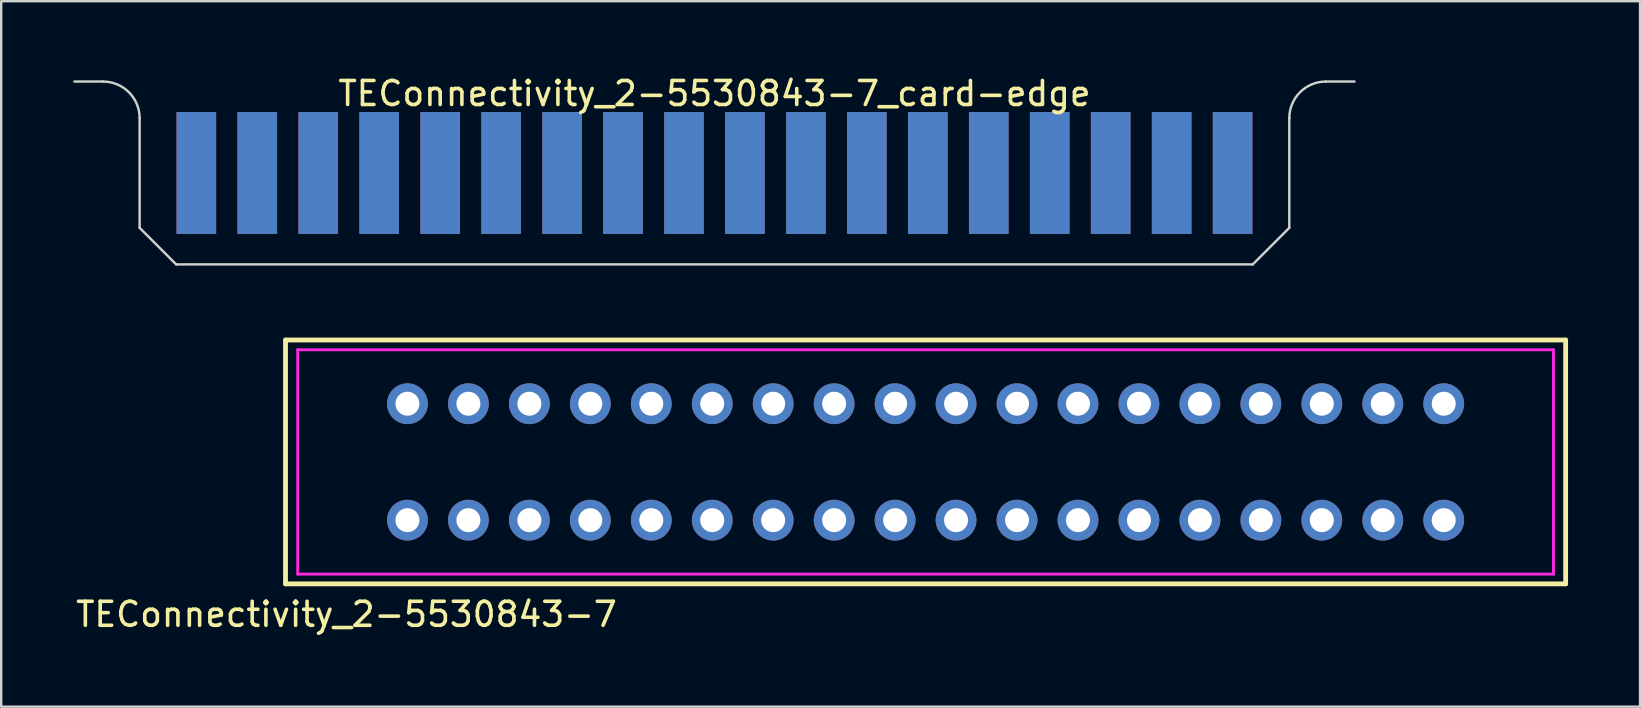
<source format=kicad_pcb>
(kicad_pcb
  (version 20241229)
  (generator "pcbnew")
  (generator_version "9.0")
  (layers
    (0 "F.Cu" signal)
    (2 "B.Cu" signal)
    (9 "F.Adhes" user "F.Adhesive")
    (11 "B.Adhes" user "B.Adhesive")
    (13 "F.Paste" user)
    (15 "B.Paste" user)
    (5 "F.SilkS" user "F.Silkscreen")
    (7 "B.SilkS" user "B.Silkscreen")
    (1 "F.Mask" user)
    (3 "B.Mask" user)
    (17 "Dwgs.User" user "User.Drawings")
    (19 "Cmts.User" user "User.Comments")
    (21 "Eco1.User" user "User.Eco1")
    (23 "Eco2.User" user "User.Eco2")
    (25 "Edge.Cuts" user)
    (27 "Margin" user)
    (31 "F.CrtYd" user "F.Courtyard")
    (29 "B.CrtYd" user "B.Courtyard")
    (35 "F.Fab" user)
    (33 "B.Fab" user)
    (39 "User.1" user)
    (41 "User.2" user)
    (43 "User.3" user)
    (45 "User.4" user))
  (footprint "TEConnectivity_2-5530843-7_card-edge"
    (layer "F.Cu")
    (at 26.72 0.348)
    (property "Reference" "TEConnectivity_2-5530843-7_card-edge" (at 0 0.5 0) (layer "F.SilkS") (effects (font (size 1 1) (thickness 0.15))))
    (attr smd)
    (fp_poly (pts (xy 23.952 1.27) (xy 23.952 6.096) (xy 22.428 7.595) (xy -22.428 7.62) (xy -23.952 6.096) (xy -23.952 1.27)) (stroke (width 0) (type solid)) (fill yes) (layer "F.Mask"))
    (fp_poly (pts (xy 23.952 1.27) (xy 23.952 6.096) (xy 22.428 7.62) (xy -22.428 7.62) (xy -23.952 6.096) (xy -23.952 1.27)) (stroke (width 0) (type solid)) (fill yes) (layer "B.Mask"))
    (fp_line (start -26.67 0) (end -25.476 0) (stroke (width 0.1) (type solid)) (layer "Edge.Cuts"))
    (fp_line (start -23.952 1.524) (end -23.952 6.096) (stroke (width 0.1) (type solid)) (layer "Edge.Cuts"))
    (fp_line (start -23.952 6.096) (end -22.428 7.62) (stroke (width 0.1) (type solid)) (layer "Edge.Cuts"))
    (fp_line (start -22.428 7.62) (end 22.428 7.62) (stroke (width 0.1) (type solid)) (layer "Edge.Cuts"))
    (fp_line (start 22.428 7.62) (end 23.952 6.096) (stroke (width 0.1) (type solid)) (layer "Edge.Cuts"))
    (fp_line (start 23.952 1.524) (end 23.952 6.096) (stroke (width 0.1) (type solid)) (layer "Edge.Cuts"))
    (fp_line (start 25.476 0) (end 26.67 0) (stroke (width 0.1) (type solid)) (layer "Edge.Cuts"))
    (fp_arc (start -25.4762 0) (mid -24.398569 0.446369) (end -23.9522 1.524) (stroke (width 0.1) (type solid)) (layer "Edge.Cuts"))
    (fp_arc (start 23.9522 1.524) (mid 24.398569 0.446369) (end 25.4762 0) (stroke (width 0.1) (type solid)) (layer "Edge.Cuts"))
    (pad "1" connect rect (at -21.59 3.81) (size 1.651 5.08) (layers "F.Cu" "F.Mask"))
    (pad "2" connect rect (at -21.59 3.81) (size 1.651 5.08) (layers "B.Cu" "B.Mask"))
    (pad "3" connect rect (at -19.05 3.81) (size 1.651 5.08) (layers "F.Cu" "F.Mask"))
    (pad "4" connect rect (at -19.05 3.81) (size 1.651 5.08) (layers "B.Cu" "B.Mask"))
    (pad "5" connect rect (at -16.51 3.81) (size 1.651 5.08) (layers "F.Cu" "F.Mask"))
    (pad "6" connect rect (at -16.51 3.81) (size 1.651 5.08) (layers "B.Cu" "B.Mask"))
    (pad "7" connect rect (at -13.97 3.81) (size 1.651 5.08) (layers "F.Cu" "F.Mask"))
    (pad "8" connect rect (at -13.97 3.81) (size 1.651 5.08) (layers "B.Cu" "B.Mask"))
    (pad "9" connect rect (at -11.43 3.81) (size 1.651 5.08) (layers "F.Cu" "F.Mask"))
    (pad "10" connect rect (at -11.43 3.81) (size 1.651 5.08) (layers "B.Cu" "B.Mask"))
    (pad "11" connect rect (at -8.89 3.81) (size 1.651 5.08) (layers "F.Cu" "F.Mask"))
    (pad "12" connect rect (at -8.89 3.81) (size 1.651 5.08) (layers "B.Cu" "B.Mask"))
    (pad "13" connect rect (at -6.35 3.81) (size 1.651 5.08) (layers "F.Cu" "F.Mask"))
    (pad "14" connect rect (at -6.35 3.81) (size 1.651 5.08) (layers "B.Cu" "B.Mask"))
    (pad "15" connect rect (at -3.81 3.81) (size 1.651 5.08) (layers "F.Cu" "F.Mask"))
    (pad "16" connect rect (at -3.81 3.81) (size 1.651 5.08) (layers "B.Cu" "B.Mask"))
    (pad "17" connect rect (at -1.27 3.81) (size 1.651 5.08) (layers "F.Cu" "F.Mask"))
    (pad "18" connect rect (at -1.27 3.81) (size 1.651 5.08) (layers "B.Cu" "B.Mask"))
    (pad "19" connect rect (at 1.27 3.81) (size 1.651 5.08) (layers "F.Cu" "F.Mask"))
    (pad "20" connect rect (at 1.27 3.81) (size 1.651 5.08) (layers "B.Cu" "B.Mask"))
    (pad "21" connect rect (at 3.81 3.81) (size 1.651 5.08) (layers "F.Cu" "F.Mask"))
    (pad "22" connect rect (at 3.81 3.81) (size 1.651 5.08) (layers "B.Cu" "B.Mask"))
    (pad "23" connect rect (at 6.35 3.81) (size 1.651 5.08) (layers "F.Cu" "F.Mask"))
    (pad "24" connect rect (at 6.35 3.81) (size 1.651 5.08) (layers "B.Cu" "B.Mask"))
    (pad "25" connect rect (at 8.89 3.81) (size 1.651 5.08) (layers "F.Cu" "F.Mask"))
    (pad "26" connect rect (at 8.89 3.81) (size 1.651 5.08) (layers "B.Cu" "B.Mask"))
    (pad "27" connect rect (at 11.43 3.81) (size 1.651 5.08) (layers "F.Cu" "F.Mask"))
    (pad "28" connect rect (at 11.43 3.81) (size 1.651 5.08) (layers "B.Cu" "B.Mask"))
    (pad "29" connect rect (at 13.97 3.81) (size 1.651 5.08) (layers "F.Cu" "F.Mask"))
    (pad "30" connect rect (at 13.97 3.81) (size 1.651 5.08) (layers "B.Cu" "B.Mask"))
    (pad "31" connect rect (at 16.51 3.81) (size 1.651 5.08) (layers "F.Cu" "F.Mask"))
    (pad "32" connect rect (at 16.51 3.81) (size 1.651 5.08) (layers "B.Cu" "B.Mask"))
    (pad "33" connect rect (at 19.05 3.81) (size 1.651 5.08) (layers "F.Cu" "F.Mask"))
    (pad "34" connect rect (at 19.05 3.81) (size 1.651 5.08) (layers "B.Cu" "B.Mask"))
    (pad "35" connect rect (at 21.59 3.81) (size 1.651 5.08) (layers "F.Cu" "F.Mask"))
    (pad "36" connect rect (at 21.59 3.81) (size 1.651 5.08) (layers "B.Cu" "B.Mask")))
  (footprint "TEConnectivity_2-5530843-7"
    (layer "F.Cu")
    (at 35.517 16.198)
    (property "Reference" "TEConnectivity_2-5530843-7" (at -24.13 6.35 0) (layer "F.SilkS") (effects (font (size 1 1) (thickness 0.15))))
    (attr through_hole)
    (fp_line (start -26.67 -5.08) (end 26.67 -5.08) (stroke (width 0.2) (type solid)) (layer "F.SilkS"))
    (fp_line (start -26.67 5.08) (end -26.67 -5.08) (stroke (width 0.2) (type solid)) (layer "F.SilkS"))
    (fp_line (start 26.67 -5.08) (end 26.67 5.08) (stroke (width 0.2) (type solid)) (layer "F.SilkS"))
    (fp_line (start 26.67 5.08) (end -26.67 5.08) (stroke (width 0.2) (type solid)) (layer "F.SilkS"))
    (fp_line (start -26.162 -4.674) (end 26.162 -4.674) (stroke (width 0.12) (type solid)) (layer "F.CrtYd"))
    (fp_line (start -26.162 4.674) (end -26.162 -4.674) (stroke (width 0.12) (type solid)) (layer "F.CrtYd"))
    (fp_line (start 26.162 -4.674) (end 26.162 4.674) (stroke (width 0.12) (type solid)) (layer "F.CrtYd"))
    (fp_line (start 26.162 4.674) (end -26.162 4.674) (stroke (width 0.12) (type solid)) (layer "F.CrtYd"))
    (pad "1" thru_hole circle (at -21.59 2.426) (size 1.7 1.7) (drill 1) (layers "*.Cu" "*.Mask"))
    (pad "2" thru_hole circle (at -21.59 -2.426) (size 1.7 1.7) (drill 1) (layers "*.Cu" "*.Mask"))
    (pad "3" thru_hole circle (at -19.05 2.426) (size 1.7 1.7) (drill 1) (layers "*.Cu" "*.Mask"))
    (pad "4" thru_hole circle (at -19.05 -2.426) (size 1.7 1.7) (drill 1) (layers "*.Cu" "*.Mask"))
    (pad "5" thru_hole circle (at -16.51 2.426) (size 1.7 1.7) (drill 1) (layers "*.Cu" "*.Mask"))
    (pad "6" thru_hole circle (at -16.51 -2.426) (size 1.7 1.7) (drill 1) (layers "*.Cu" "*.Mask"))
    (pad "7" thru_hole circle (at -13.97 2.426) (size 1.7 1.7) (drill 1) (layers "*.Cu" "*.Mask"))
    (pad "8" thru_hole circle (at -13.97 -2.426) (size 1.7 1.7) (drill 1) (layers "*.Cu" "*.Mask"))
    (pad "9" thru_hole circle (at -11.43 2.426) (size 1.7 1.7) (drill 1) (layers "*.Cu" "*.Mask"))
    (pad "10" thru_hole circle (at -11.43 -2.426) (size 1.7 1.7) (drill 1) (layers "*.Cu" "*.Mask"))
    (pad "11" thru_hole circle (at -8.89 2.426) (size 1.7 1.7) (drill 1) (layers "*.Cu" "*.Mask"))
    (pad "12" thru_hole circle (at -8.89 -2.426) (size 1.7 1.7) (drill 1) (layers "*.Cu" "*.Mask"))
    (pad "13" thru_hole circle (at -6.35 2.426) (size 1.7 1.7) (drill 1) (layers "*.Cu" "*.Mask"))
    (pad "14" thru_hole circle (at -6.35 -2.426) (size 1.7 1.7) (drill 1) (layers "*.Cu" "*.Mask"))
    (pad "15" thru_hole circle (at -3.81 2.426) (size 1.7 1.7) (drill 1) (layers "*.Cu" "*.Mask"))
    (pad "16" thru_hole circle (at -3.81 -2.426) (size 1.7 1.7) (drill 1) (layers "*.Cu" "*.Mask"))
    (pad "17" thru_hole circle (at -1.27 2.426) (size 1.7 1.7) (drill 1) (layers "*.Cu" "*.Mask"))
    (pad "18" thru_hole circle (at -1.27 -2.426) (size 1.7 1.7) (drill 1) (layers "*.Cu" "*.Mask"))
    (pad "19" thru_hole circle (at 1.27 2.426) (size 1.7 1.7) (drill 1) (layers "*.Cu" "*.Mask"))
    (pad "20" thru_hole circle (at 1.27 -2.426) (size 1.7 1.7) (drill 1) (layers "*.Cu" "*.Mask"))
    (pad "21" thru_hole circle (at 3.81 2.426) (size 1.7 1.7) (drill 1) (layers "*.Cu" "*.Mask"))
    (pad "22" thru_hole circle (at 3.81 -2.426) (size 1.7 1.7) (drill 1) (layers "*.Cu" "*.Mask"))
    (pad "23" thru_hole circle (at 6.35 2.426) (size 1.7 1.7) (drill 1) (layers "*.Cu" "*.Mask"))
    (pad "24" thru_hole circle (at 6.35 -2.426) (size 1.7 1.7) (drill 1) (layers "*.Cu" "*.Mask"))
    (pad "25" thru_hole circle (at 8.89 2.426 90) (size 1.7 1.7) (drill 1) (layers "*.Cu" "*.Mask"))
    (pad "26" thru_hole circle (at 8.89 -2.426) (size 1.7 1.7) (drill 1) (layers "*.Cu" "*.Mask"))
    (pad "27" thru_hole circle (at 11.43 2.426) (size 1.7 1.7) (drill 1) (layers "*.Cu" "*.Mask"))
    (pad "28" thru_hole circle (at 11.43 -2.426) (size 1.7 1.7) (drill 1) (layers "*.Cu" "*.Mask"))
    (pad "29" thru_hole circle (at 13.97 2.426) (size 1.7 1.7) (drill 1) (layers "*.Cu" "*.Mask"))
    (pad "30" thru_hole circle (at 13.97 -2.426) (size 1.7 1.7) (drill 1) (layers "*.Cu" "*.Mask"))
    (pad "31" thru_hole circle (at 16.51 2.426) (size 1.7 1.7) (drill 1) (layers "*.Cu" "*.Mask"))
    (pad "32" thru_hole circle (at 16.51 -2.426) (size 1.7 1.7) (drill 1) (layers "*.Cu" "*.Mask"))
    (pad "33" thru_hole circle (at 19.05 2.426) (size 1.7 1.7) (drill 1) (layers "*.Cu" "*.Mask"))
    (pad "34" thru_hole circle (at 19.05 -2.426) (size 1.7 1.7) (drill 1) (layers "*.Cu" "*.Mask"))
    (pad "35" thru_hole circle (at 21.59 2.426) (size 1.7 1.7) (drill 1) (layers "*.Cu" "*.Mask"))
    (pad "36" thru_hole circle (at 21.59 -2.426) (size 1.7 1.7) (drill 1) (layers "*.Cu" "*.Mask")))
  (gr_rect
    (start -3 -3)
    (end 65.287 26.396)
    (stroke (width 0.1) (type default))
    (fill no)
    (layer "Edge.Cuts")))
</source>
